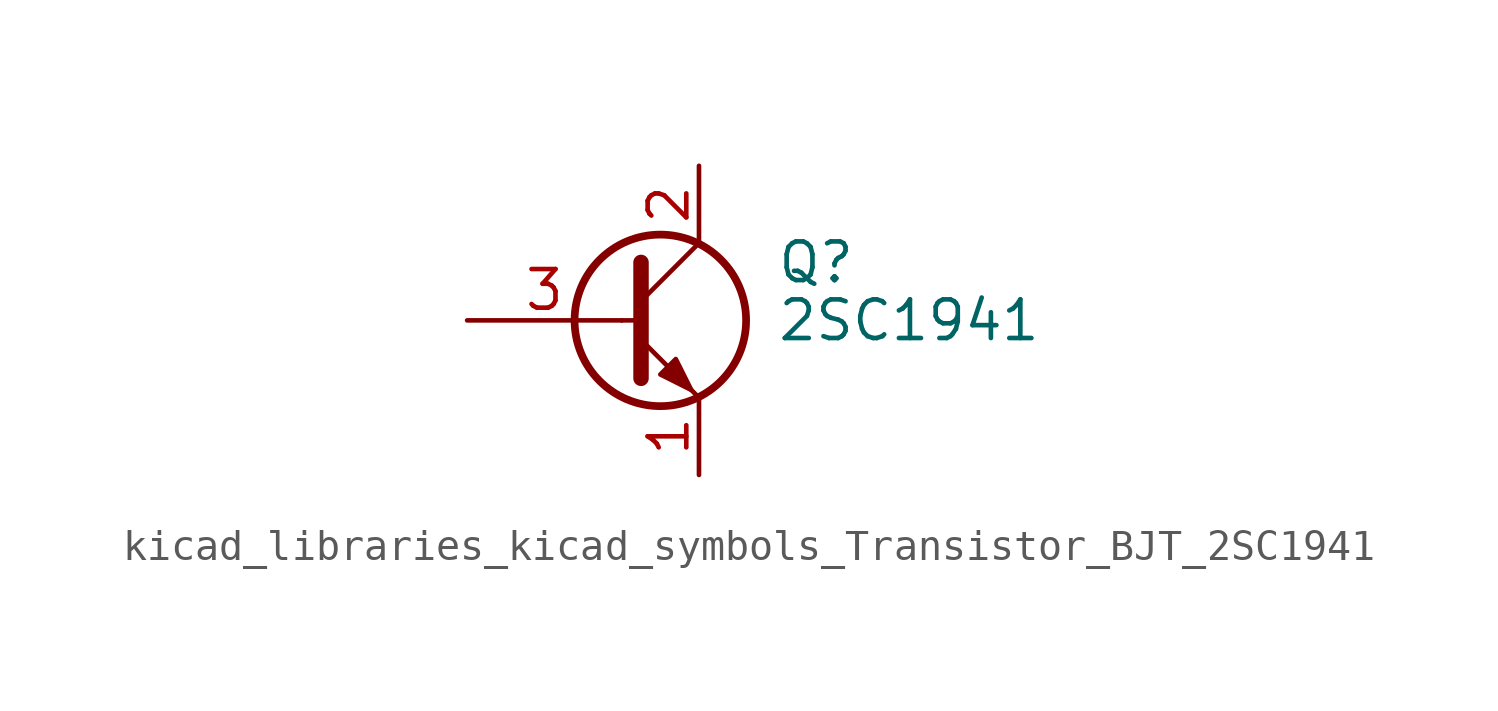
<source format=kicad_sym>
(kicad_symbol_lib
  (version 20220914)
  (generator kicad_symbol_editor)
  (symbol "kicad_libraries_kicad_symbols_Transistor_BJT_2SC1941"
    (pin_names
      (offset 0) hide)
    (property "Reference" "Q"
      (at 5.08 1.905 0)
      (effects (font (size 1.27 1.27)) (justify left)))
    (property "Value" "2SC1941"
      (at 5.08 0 0)
      (effects (font (size 1.27 1.27)) (justify left)))
    (symbol "kicad_libraries_kicad_symbols_Transistor_BJT_2SC1941_0_1"
      (polyline (pts (xy 0 0) (xy 0.635 0)) (stroke (width 0) (type default)) (fill (type none)))
      (polyline (pts (xy 0.635 0.635) (xy 2.54 2.54)) (stroke (width 0) (type default)) (fill (type none)))
      (polyline (pts (xy 0.635 -0.635) (xy 2.54 -2.54) (xy 2.54 -2.54)) (stroke (width 0) (type default)) (fill (type none)))
      (polyline (pts (xy 0.635 1.905) (xy 0.635 -1.905) (xy 0.635 -1.905)) (stroke (width 0.508) (type default)) (fill (type none)))
      (polyline (pts (xy 1.27 -1.778) (xy 1.778 -1.27) (xy 2.286 -2.286) (xy 1.27 -1.778) (xy 1.27 -1.778)) (stroke (width 0) (type default)) (fill (type outline)))
      (circle (center 1.27 0) (radius 2.819) (stroke (width 0.254) (type default)) (fill (type none))))
    (symbol "kicad_libraries_kicad_symbols_Transistor_BJT_2SC1941_1_1"
      (pin passive line (at 2.54 -5.08 90) (length 2.54) (name "E" (effects (font (size 1.27 1.27)))) (number "1" (effects (font (size 1.27 1.27)))))
      (pin passive line (at 2.54 5.08 270) (length 2.54) (name "C" (effects (font (size 1.27 1.27)))) (number "2" (effects (font (size 1.27 1.27)))))
      (pin input line (at -5.08 0 0) (length 5.08) (name "B" (effects (font (size 1.27 1.27)))) (number "3" (effects (font (size 1.27 1.27))))))))
</source>
